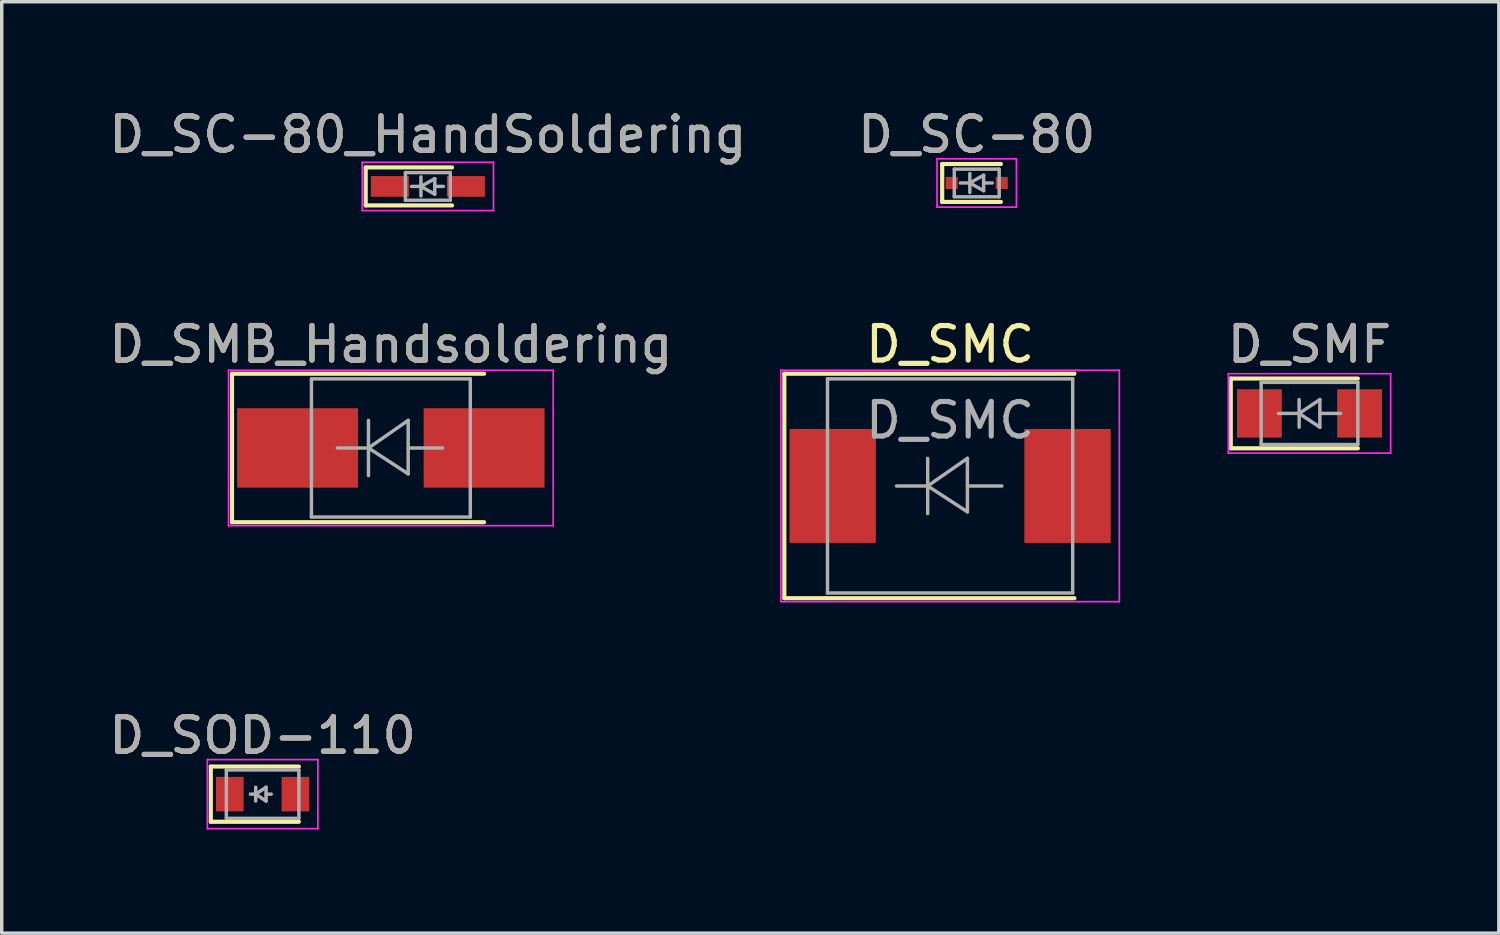
<source format=kicad_pcb>
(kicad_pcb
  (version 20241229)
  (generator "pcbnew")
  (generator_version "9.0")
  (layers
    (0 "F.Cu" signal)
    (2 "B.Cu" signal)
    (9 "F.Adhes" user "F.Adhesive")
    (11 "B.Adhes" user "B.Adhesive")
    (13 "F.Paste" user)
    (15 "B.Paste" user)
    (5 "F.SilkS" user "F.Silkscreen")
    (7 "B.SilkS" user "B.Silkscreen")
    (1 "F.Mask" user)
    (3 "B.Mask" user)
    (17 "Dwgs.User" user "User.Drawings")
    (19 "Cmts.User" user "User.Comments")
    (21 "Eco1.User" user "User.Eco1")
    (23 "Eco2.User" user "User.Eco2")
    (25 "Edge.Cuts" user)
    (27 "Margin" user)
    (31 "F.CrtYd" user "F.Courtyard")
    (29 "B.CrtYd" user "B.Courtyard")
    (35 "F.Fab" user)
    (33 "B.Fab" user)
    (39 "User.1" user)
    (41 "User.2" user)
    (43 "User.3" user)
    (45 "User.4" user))
  (footprint "D_SC-80"
    (layer "F.Cu")
    (at 25.232 2.248)
    (property "Reference" "D_SC-80" (at 0 -1.4 0) (layer "F.SilkS") (effects (font (size 1 1) (thickness 0.15))))
    (attr smd)
    (fp_line (start -1 -0.55) (end -1 0.55) (stroke (width 0.12) (type solid)) (layer "F.SilkS"))
    (fp_line (start -1 0.55) (end 0.7 0.55) (stroke (width 0.12) (type solid)) (layer "F.SilkS"))
    (fp_line (start 0.7 -0.55) (end -1 -0.55) (stroke (width 0.12) (type solid)) (layer "F.SilkS"))
    (fp_line (start -1.15 -0.7) (end 1.1 -0.7) (stroke (width 0.05) (type solid)) (layer "F.CrtYd"))
    (fp_line (start -1.15 0.65) (end -1.15 -0.7) (stroke (width 0.05) (type solid)) (layer "F.CrtYd"))
    (fp_line (start -1.15 0.65) (end -1.15 0.7) (stroke (width 0.05) (type solid)) (layer "F.CrtYd"))
    (fp_line (start -1.15 0.7) (end -1.1 0.7) (stroke (width 0.05) (type solid)) (layer "F.CrtYd"))
    (fp_line (start 1.1 -0.7) (end 1.15 -0.7) (stroke (width 0.05) (type solid)) (layer "F.CrtYd"))
    (fp_line (start 1.15 -0.7) (end 1.15 -0.65) (stroke (width 0.05) (type solid)) (layer "F.CrtYd"))
    (fp_line (start 1.15 -0.65) (end 1.15 0.7) (stroke (width 0.05) (type solid)) (layer "F.CrtYd"))
    (fp_line (start 1.15 0.7) (end -1.1 0.7) (stroke (width 0.05) (type solid)) (layer "F.CrtYd"))
    (fp_line (start -0.65 -0.4) (end 0.65 -0.4) (stroke (width 0.1) (type solid)) (layer "F.Fab"))
    (fp_line (start -0.65 0.4) (end -0.65 -0.4) (stroke (width 0.1) (type solid)) (layer "F.Fab"))
    (fp_line (start -0.2 -0.275) (end -0.2 0.275) (stroke (width 0.1) (type solid)) (layer "F.Fab"))
    (fp_line (start -0.2 0) (end -0.475 0) (stroke (width 0.1) (type solid)) (layer "F.Fab"))
    (fp_line (start -0.2 0) (end 0.2 -0.225) (stroke (width 0.1) (type solid)) (layer "F.Fab"))
    (fp_line (start 0.2 -0.225) (end 0.2 0.225) (stroke (width 0.1) (type solid)) (layer "F.Fab"))
    (fp_line (start 0.2 0) (end 0.45 0) (stroke (width 0.1) (type solid)) (layer "F.Fab"))
    (fp_line (start 0.2 0.225) (end -0.2 0) (stroke (width 0.1) (type solid)) (layer "F.Fab"))
    (fp_line (start 0.65 -0.4) (end 0.65 0.4) (stroke (width 0.1) (type solid)) (layer "F.Fab"))
    (fp_line (start 0.65 0.4) (end -0.65 0.4) (stroke (width 0.1) (type solid)) (layer "F.Fab"))
    (fp_text user "${REFERENCE}" (at 0 -1.4 0) (layer "F.Fab") (effects (font (size 1 1) (thickness 0.15))))
    (pad "1" smd rect (at -0.725 0) (size 0.35 0.35) (layers "F.Cu" "F.Mask" "F.Paste"))
    (pad "2" smd rect (at 0.725 0) (size 0.35 0.35) (layers "F.Cu" "F.Mask" "F.Paste")))
  (footprint "D_SOD-110"
    (layer "F.Cu")
    (at 4.554 19.945)
    (property "Reference" "D_SOD-110" (at 0 -1.7 0) (layer "F.SilkS") (effects (font (size 1 1) (thickness 0.15))))
    (attr smd)
    (fp_line (start -1.5 -0.8) (end -1.5 0.8) (stroke (width 0.12) (type solid)) (layer "F.SilkS"))
    (fp_line (start -1.5 -0.8) (end 1.05 -0.8) (stroke (width 0.12) (type solid)) (layer "F.SilkS"))
    (fp_line (start -1.5 0.8) (end 1.05 0.8) (stroke (width 0.12) (type solid)) (layer "F.SilkS"))
    (fp_line (start -1.6 -1) (end -1.6 1) (stroke (width 0.05) (type solid)) (layer "F.CrtYd"))
    (fp_line (start -1.6 -1) (end 1.6 -1) (stroke (width 0.05) (type solid)) (layer "F.CrtYd"))
    (fp_line (start 1.6 -1) (end 1.6 1) (stroke (width 0.05) (type solid)) (layer "F.CrtYd"))
    (fp_line (start 1.6 1) (end -1.6 1) (stroke (width 0.05) (type solid)) (layer "F.CrtYd"))
    (fp_line (start -1.05 -0.7) (end -1.05 0.7) (stroke (width 0.1) (type solid)) (layer "F.Fab"))
    (fp_line (start -1.05 0.7) (end 1.05 0.7) (stroke (width 0.1) (type solid)) (layer "F.Fab"))
    (fp_line (start -0.2 0) (end -0.35 0) (stroke (width 0.1) (type solid)) (layer "F.Fab"))
    (fp_line (start -0.2 0) (end 0.1 0.2) (stroke (width 0.1) (type solid)) (layer "F.Fab"))
    (fp_line (start -0.2 0.2) (end -0.2 -0.2) (stroke (width 0.1) (type solid)) (layer "F.Fab"))
    (fp_line (start 0.1 -0.2) (end -0.2 0) (stroke (width 0.1) (type solid)) (layer "F.Fab"))
    (fp_line (start 0.1 0) (end 0.25 0) (stroke (width 0.1) (type solid)) (layer "F.Fab"))
    (fp_line (start 0.1 0.2) (end 0.1 -0.2) (stroke (width 0.1) (type solid)) (layer "F.Fab"))
    (fp_line (start 1.05 -0.7) (end -1.05 -0.7) (stroke (width 0.1) (type solid)) (layer "F.Fab"))
    (fp_line (start 1.05 0.7) (end 1.05 -0.7) (stroke (width 0.1) (type solid)) (layer "F.Fab"))
    (fp_text user "${REFERENCE}" (at 0 -1.7 0) (layer "F.Fab") (effects (font (size 1 1) (thickness 0.15))))
    (pad "1" smd rect (at -0.95 0) (size 0.8 1) (layers "F.Cu" "F.Mask" "F.Paste"))
    (pad "2" smd rect (at 0.95 0) (size 0.8 1) (layers "F.Cu" "F.Mask" "F.Paste")))
  (footprint "D_SMF"
    (layer "F.Cu")
    (at 34.868 8.921)
    (property "Reference" "D_SMF" (at 0 -2 0) (layer "F.SilkS") (effects (font (size 1 1) (thickness 0.15))))
    (attr smd)
    (fp_line (start -2.28 -1.01) (end -2.28 1.01) (stroke (width 0.12) (type solid)) (layer "F.SilkS"))
    (fp_line (start -2.28 -1.01) (end 1.4 -1.01) (stroke (width 0.12) (type solid)) (layer "F.SilkS"))
    (fp_line (start -2.28 1.01) (end 1.4 1.01) (stroke (width 0.12) (type solid)) (layer "F.SilkS"))
    (fp_line (start -2.35 -1.15) (end 2.35 -1.15) (stroke (width 0.05) (type solid)) (layer "F.CrtYd"))
    (fp_line (start -2.35 1.15) (end -2.35 -1.15) (stroke (width 0.05) (type solid)) (layer "F.CrtYd"))
    (fp_line (start 2.35 -1.15) (end 2.35 1.15) (stroke (width 0.05) (type solid)) (layer "F.CrtYd"))
    (fp_line (start 2.35 1.15) (end -2.35 1.15) (stroke (width 0.05) (type solid)) (layer "F.CrtYd"))
    (fp_line (start -1.4 0.9) (end -1.4 -0.9) (stroke (width 0.1) (type solid)) (layer "F.Fab"))
    (fp_line (start -0.3 -0.4) (end -0.3 0.4) (stroke (width 0.1) (type solid)) (layer "F.Fab"))
    (fp_line (start -0.3 0) (end -0.9 0) (stroke (width 0.1) (type solid)) (layer "F.Fab"))
    (fp_line (start -0.3 0) (end 0.3 -0.4) (stroke (width 0.1) (type solid)) (layer "F.Fab"))
    (fp_line (start -0.3 0.001) (end 0.3 0.4) (stroke (width 0.1) (type solid)) (layer "F.Fab"))
    (fp_line (start 0.3 0) (end 0.9 0) (stroke (width 0.1) (type solid)) (layer "F.Fab"))
    (fp_line (start 0.3 0.4) (end 0.3 -0.4) (stroke (width 0.1) (type solid)) (layer "F.Fab"))
    (fp_line (start 1.4 -0.9) (end -1.4 -0.9) (stroke (width 0.1) (type solid)) (layer "F.Fab"))
    (fp_line (start 1.4 -0.9) (end 1.4 0.9) (stroke (width 0.1) (type solid)) (layer "F.Fab"))
    (fp_line (start 1.4 0.9) (end -1.4 0.9) (stroke (width 0.1) (type solid)) (layer "F.Fab"))
    (fp_text user "${REFERENCE}" (at 0 -2 0) (layer "F.Fab") (effects (font (size 1 1) (thickness 0.15))))
    (pad "1" smd rect (at -1.45 0) (size 1.3 1.4) (layers "F.Cu" "F.Mask" "F.Paste"))
    (pad "2" smd rect (at 1.45 0) (size 1.3 1.4) (layers "F.Cu" "F.Mask" "F.Paste")))
  (footprint "D_SMB_Handsoldering"
    (layer "F.Cu")
    (at 8.268 9.921)
    (property "Reference" "D_SMB_Handsoldering" (at 0 -3 0) (layer "F.SilkS") (effects (font (size 1 1) (thickness 0.15))))
    (attr smd)
    (fp_line (start -4.6 -2.15) (end -4.6 2.15) (stroke (width 0.12) (type solid)) (layer "F.SilkS"))
    (fp_line (start -4.6 -2.15) (end 2.7 -2.15) (stroke (width 0.12) (type solid)) (layer "F.SilkS"))
    (fp_line (start -4.6 2.15) (end 2.7 2.15) (stroke (width 0.12) (type solid)) (layer "F.SilkS"))
    (fp_line (start -4.7 -2.25) (end 4.7 -2.25) (stroke (width 0.05) (type solid)) (layer "F.CrtYd"))
    (fp_line (start -4.7 2.25) (end -4.7 -2.25) (stroke (width 0.05) (type solid)) (layer "F.CrtYd"))
    (fp_line (start 4.7 -2.25) (end 4.7 2.25) (stroke (width 0.05) (type solid)) (layer "F.CrtYd"))
    (fp_line (start 4.7 2.25) (end -4.7 2.25) (stroke (width 0.05) (type solid)) (layer "F.CrtYd"))
    (fp_line (start -2.3 2) (end -2.3 -2) (stroke (width 0.1) (type solid)) (layer "F.Fab"))
    (fp_line (start -0.649 -0.799) (end -0.649 0.801) (stroke (width 0.1) (type solid)) (layer "F.Fab"))
    (fp_line (start -0.649 0.001) (end -1.551 0.001) (stroke (width 0.1) (type solid)) (layer "F.Fab"))
    (fp_line (start -0.649 0.001) (end 0.501 -0.799) (stroke (width 0.1) (type solid)) (layer "F.Fab"))
    (fp_line (start -0.649 0.001) (end 0.501 0.75) (stroke (width 0.1) (type solid)) (layer "F.Fab"))
    (fp_line (start 0.501 0.001) (end 1.499 0.001) (stroke (width 0.1) (type solid)) (layer "F.Fab"))
    (fp_line (start 0.501 0.75) (end 0.501 -0.799) (stroke (width 0.1) (type solid)) (layer "F.Fab"))
    (fp_line (start 2.3 -2) (end -2.3 -2) (stroke (width 0.1) (type solid)) (layer "F.Fab"))
    (fp_line (start 2.3 -2) (end 2.3 2) (stroke (width 0.1) (type solid)) (layer "F.Fab"))
    (fp_line (start 2.3 2) (end -2.3 2) (stroke (width 0.1) (type solid)) (layer "F.Fab"))
    (fp_text user "${REFERENCE}" (at 0 -3 0) (layer "F.Fab") (effects (font (size 1 1) (thickness 0.15))))
    (pad "1" smd rect (at -2.7 0) (size 3.5 2.3) (layers "F.Cu" "F.Mask" "F.Paste"))
    (pad "2" smd rect (at 2.7 0) (size 3.5 2.3) (layers "F.Cu" "F.Mask" "F.Paste")))
  (footprint "D_SMC"
    (layer "F.Cu")
    (at 24.461 11.021)
    (property "Reference" "D_SMC" (at 0 -4.1 0) (layer "F.SilkS") (effects (font (size 1 1) (thickness 0.15))))
    (attr smd)
    (fp_line (start -4.8 -3.25) (end 3.6 -3.25) (stroke (width 0.12) (type solid)) (layer "F.SilkS"))
    (fp_line (start -4.8 3.25) (end -4.8 -3.25) (stroke (width 0.12) (type solid)) (layer "F.SilkS"))
    (fp_line (start -4.8 3.25) (end 3.6 3.25) (stroke (width 0.12) (type solid)) (layer "F.SilkS"))
    (fp_line (start -4.9 -3.35) (end 4.9 -3.35) (stroke (width 0.05) (type solid)) (layer "F.CrtYd"))
    (fp_line (start -4.9 3.35) (end -4.9 -3.35) (stroke (width 0.05) (type solid)) (layer "F.CrtYd"))
    (fp_line (start 4.9 -3.35) (end 4.9 3.35) (stroke (width 0.05) (type solid)) (layer "F.CrtYd"))
    (fp_line (start 4.9 3.35) (end -4.9 3.35) (stroke (width 0.05) (type solid)) (layer "F.CrtYd"))
    (fp_line (start -3.55 3.1) (end -3.55 -3.1) (stroke (width 0.1) (type solid)) (layer "F.Fab"))
    (fp_line (start -0.649 -0.799) (end -0.649 0.801) (stroke (width 0.1) (type solid)) (layer "F.Fab"))
    (fp_line (start -0.649 0.001) (end -1.551 0.001) (stroke (width 0.1) (type solid)) (layer "F.Fab"))
    (fp_line (start -0.649 0.001) (end 0.501 -0.799) (stroke (width 0.1) (type solid)) (layer "F.Fab"))
    (fp_line (start -0.649 0.001) (end 0.501 0.75) (stroke (width 0.1) (type solid)) (layer "F.Fab"))
    (fp_line (start 0.501 0.001) (end 1.499 0.001) (stroke (width 0.1) (type solid)) (layer "F.Fab"))
    (fp_line (start 0.501 0.75) (end 0.501 -0.799) (stroke (width 0.1) (type solid)) (layer "F.Fab"))
    (fp_line (start 3.55 -3.1) (end -3.55 -3.1) (stroke (width 0.1) (type solid)) (layer "F.Fab"))
    (fp_line (start 3.55 -3.1) (end 3.55 3.1) (stroke (width 0.1) (type solid)) (layer "F.Fab"))
    (fp_line (start 3.55 3.1) (end -3.55 3.1) (stroke (width 0.1) (type solid)) (layer "F.Fab"))
    (fp_text user "${REFERENCE}" (at 0 -1.9 0) (layer "F.Fab") (effects (font (size 1 1) (thickness 0.15))))
    (pad "1" smd rect (at -3.4 0 90) (size 3.3 2.5) (layers "F.Cu" "F.Mask" "F.Paste"))
    (pad "2" smd rect (at 3.4 0 90) (size 3.3 2.5) (layers "F.Cu" "F.Mask" "F.Paste")))
  (footprint "D_SC-80_HandSoldering"
    (layer "F.Cu")
    (at 9.339 2.348)
    (property "Reference" "D_SC-80_HandSoldering" (at 0 -1.5 0) (layer "F.SilkS") (effects (font (size 1 1) (thickness 0.15))))
    (attr smd)
    (fp_line (start -1.8 -0.55) (end -1.8 0.55) (stroke (width 0.12) (type solid)) (layer "F.SilkS"))
    (fp_line (start -1.8 -0.55) (end 0.7 -0.55) (stroke (width 0.12) (type solid)) (layer "F.SilkS"))
    (fp_line (start -1.8 0.55) (end 0.7 0.55) (stroke (width 0.12) (type solid)) (layer "F.SilkS"))
    (fp_line (start -1.9 0.7) (end -1.9 -0.7) (stroke (width 0.05) (type solid)) (layer "F.CrtYd"))
    (fp_line (start -1.9 0.7) (end 1.9 0.7) (stroke (width 0.05) (type solid)) (layer "F.CrtYd"))
    (fp_line (start 1.9 -0.7) (end -1.9 -0.7) (stroke (width 0.05) (type solid)) (layer "F.CrtYd"))
    (fp_line (start 1.9 -0.7) (end 1.9 0.7) (stroke (width 0.05) (type solid)) (layer "F.CrtYd"))
    (fp_line (start -0.65 -0.4) (end 0.65 -0.4) (stroke (width 0.1) (type solid)) (layer "F.Fab"))
    (fp_line (start -0.65 0.4) (end -0.65 -0.4) (stroke (width 0.1) (type solid)) (layer "F.Fab"))
    (fp_line (start -0.2 -0.275) (end -0.2 0.275) (stroke (width 0.1) (type solid)) (layer "F.Fab"))
    (fp_line (start -0.2 0) (end -0.475 0) (stroke (width 0.1) (type solid)) (layer "F.Fab"))
    (fp_line (start -0.2 0) (end 0.2 -0.225) (stroke (width 0.1) (type solid)) (layer "F.Fab"))
    (fp_line (start 0.2 -0.225) (end 0.2 0.225) (stroke (width 0.1) (type solid)) (layer "F.Fab"))
    (fp_line (start 0.2 0) (end 0.45 0) (stroke (width 0.1) (type solid)) (layer "F.Fab"))
    (fp_line (start 0.2 0.225) (end -0.2 0) (stroke (width 0.1) (type solid)) (layer "F.Fab"))
    (fp_line (start 0.65 -0.4) (end 0.65 0.4) (stroke (width 0.1) (type solid)) (layer "F.Fab"))
    (fp_line (start 0.65 0.4) (end -0.65 0.4) (stroke (width 0.1) (type solid)) (layer "F.Fab"))
    (fp_text user "${REFERENCE}" (at 0 -1.5 0) (layer "F.Fab") (effects (font (size 1 1) (thickness 0.15))))
    (pad "1" smd rect (at -1.1 0) (size 1.1 0.6) (layers "F.Cu" "F.Mask" "F.Paste"))
    (pad "2" smd rect (at 1.1 0) (size 1.1 0.6) (layers "F.Cu" "F.Mask" "F.Paste")))
  (gr_rect
    (start -3 -3)
    (end 40.35 23.97)
    (stroke (width 0.1) (type default))
    (fill no)
    (layer "Edge.Cuts")))
</source>
